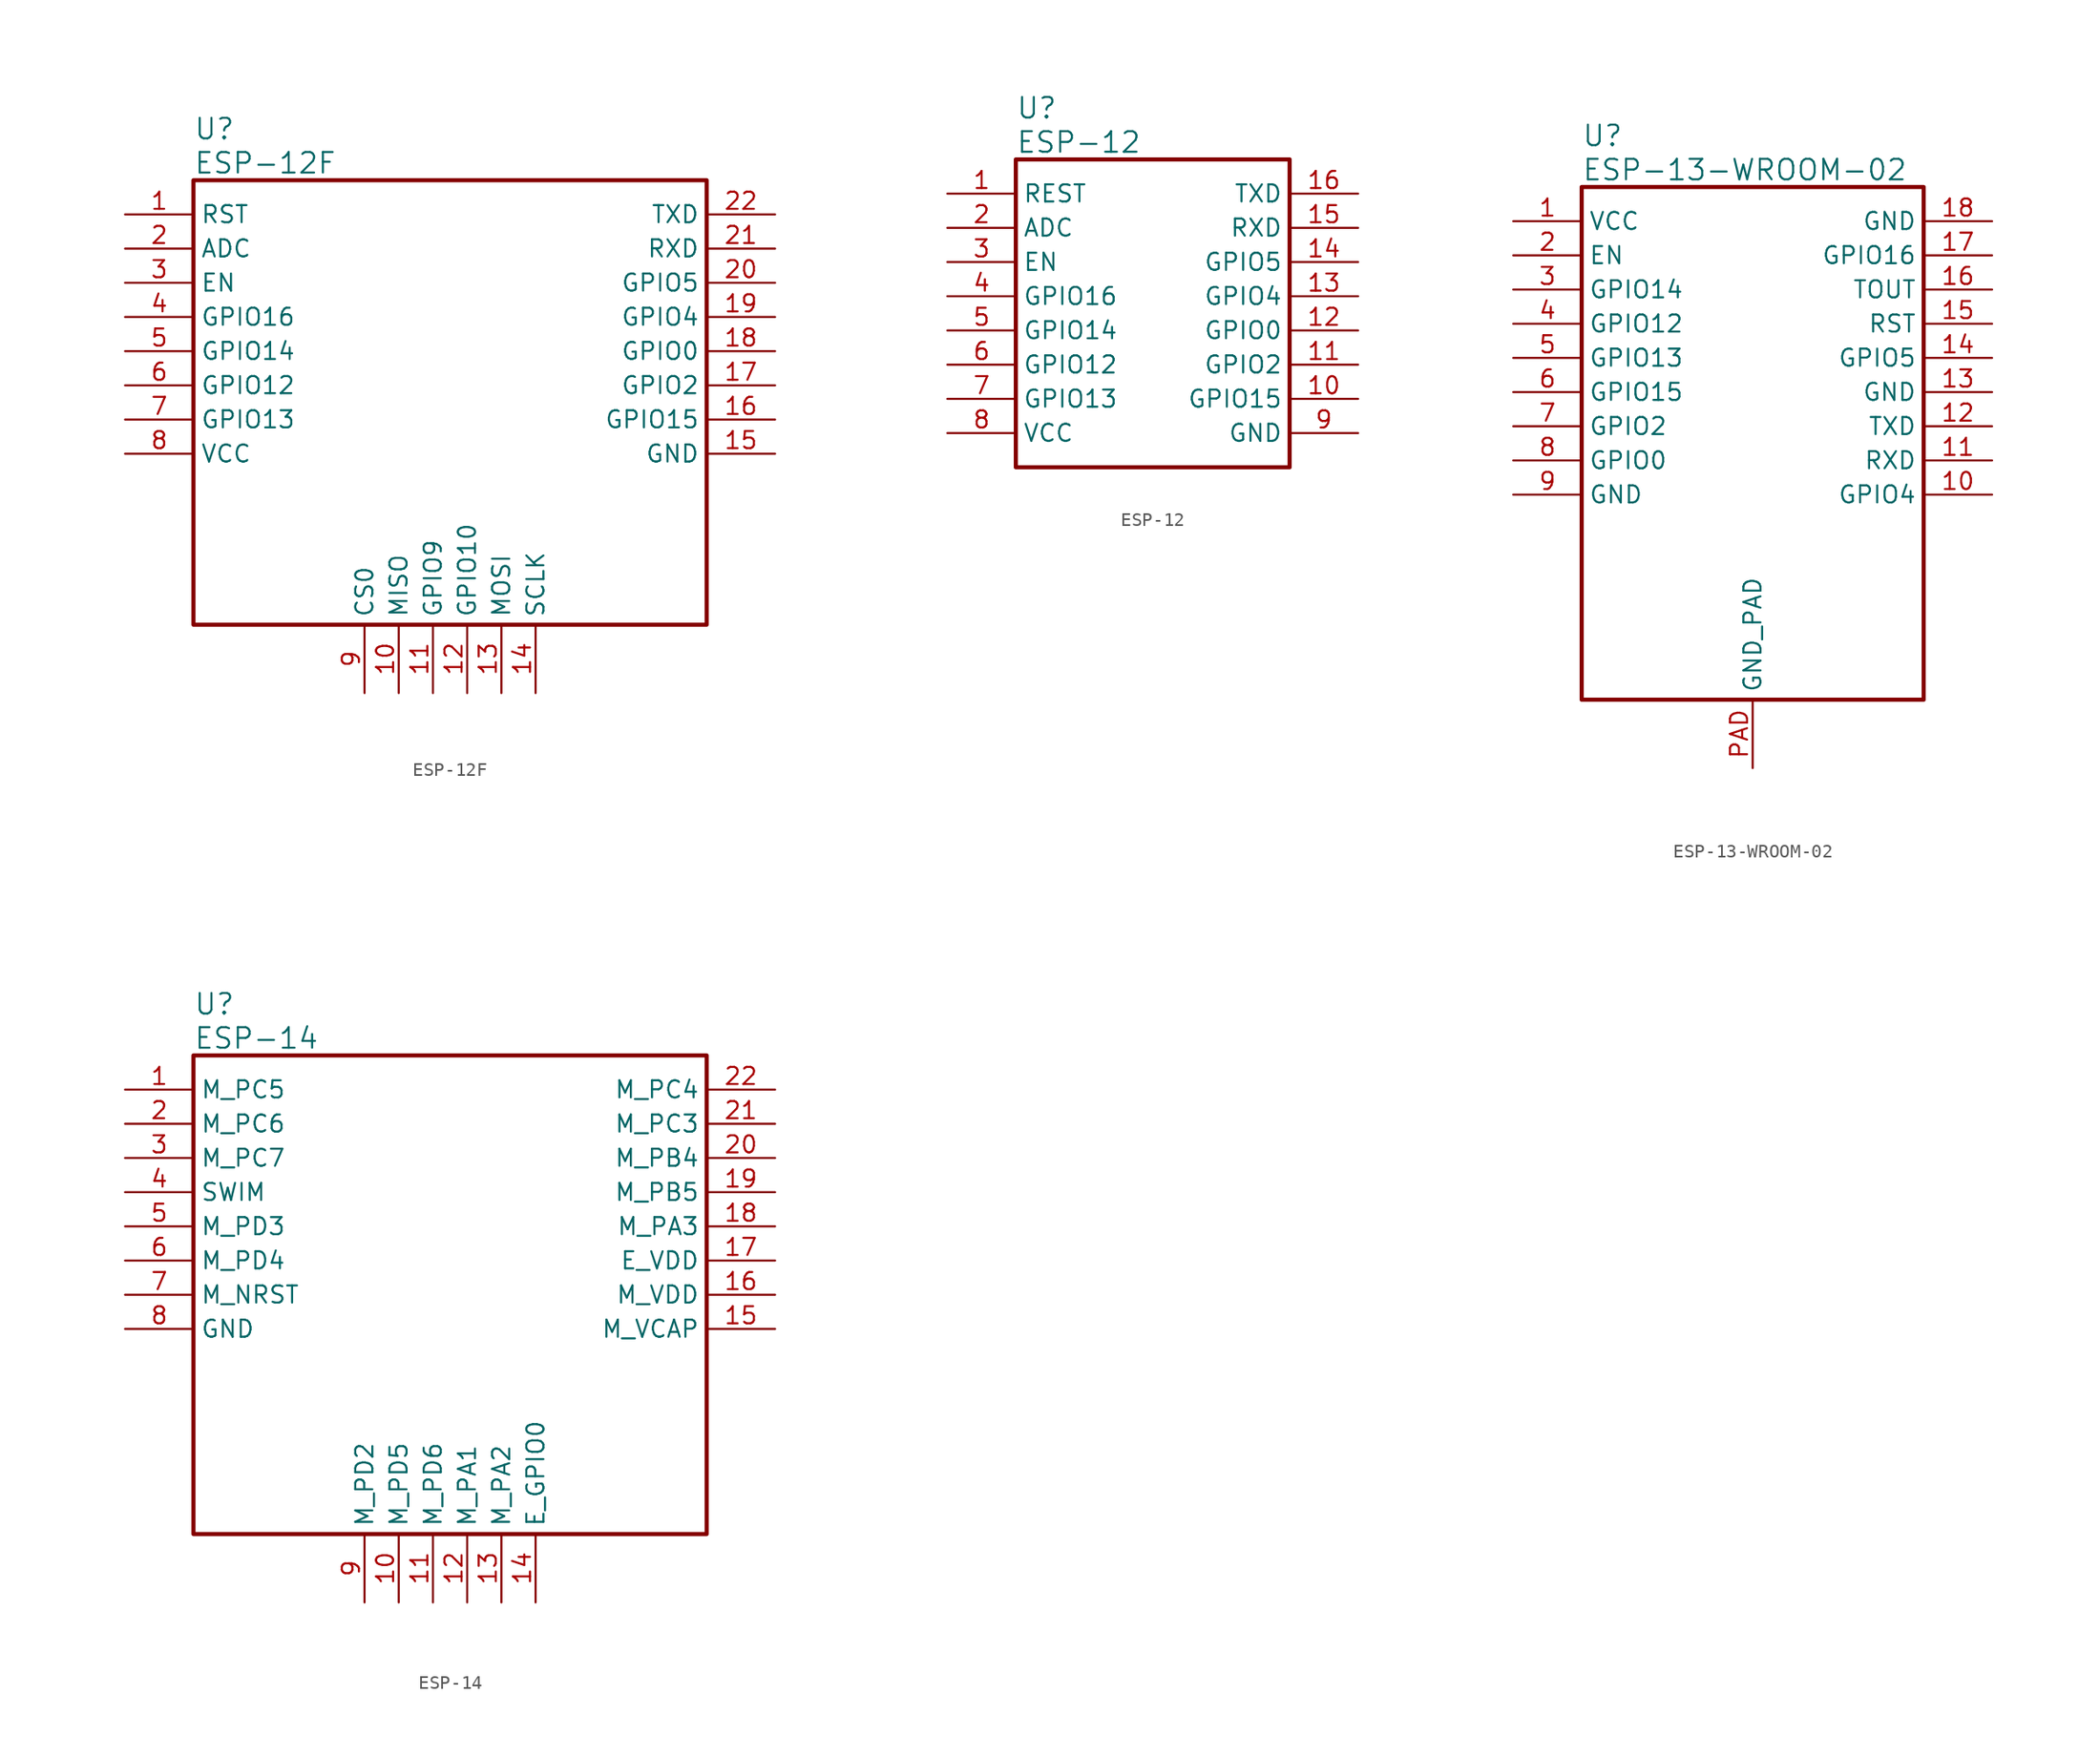
<source format=kicad_sym>
(kicad_symbol_lib
  (version 20201005)
  (generator kicad_symbol_editor)
  (symbol "Zimprich:ESP-12F"
    (property "Reference" "U"
      (at 5.08 6.35 0)
      (effects (font (size 1.524 1.524)) (justify left)))
    (property "Value" "ESP-12F"
      (at 5.08 3.81 0)
      (effects (font (size 1.524 1.524)) (justify left)))
    (property "ki_locked" ""
      (at 0 0 0)
      (effects (font (size 1.27 1.27))))
    (symbol "ESP-12F_1_1"
      (rectangle (start 5.08 2.54) (end 43.18 -30.48) (stroke (width 0.305)) (fill (type none)))
      (pin input line (at 0 0 0) (length 5.08) (name "RST" (effects (font (size 1.27 1.27)))) (number "1" (effects (font (size 1.27 1.27)))))
      (pin bidirectional line (at 20.32 -35.56 90) (length 5.08) (name "MISO" (effects (font (size 1.27 1.27)))) (number "10" (effects (font (size 1.27 1.27)))))
      (pin bidirectional line (at 22.86 -35.56 90) (length 5.08) (name "GPIO9" (effects (font (size 1.27 1.27)))) (number "11" (effects (font (size 1.27 1.27)))))
      (pin bidirectional line (at 25.4 -35.56 90) (length 5.08) (name "GPIO10" (effects (font (size 1.27 1.27)))) (number "12" (effects (font (size 1.27 1.27)))))
      (pin bidirectional line (at 27.94 -35.56 90) (length 5.08) (name "MOSI" (effects (font (size 1.27 1.27)))) (number "13" (effects (font (size 1.27 1.27)))))
      (pin bidirectional line (at 30.48 -35.56 90) (length 5.08) (name "SCLK" (effects (font (size 1.27 1.27)))) (number "14" (effects (font (size 1.27 1.27)))))
      (pin power_in line (at 48.26 -17.78 180) (length 5.08) (name "GND" (effects (font (size 1.27 1.27)))) (number "15" (effects (font (size 1.27 1.27)))))
      (pin bidirectional line (at 48.26 -15.24 180) (length 5.08) (name "GPIO15" (effects (font (size 1.27 1.27)))) (number "16" (effects (font (size 1.27 1.27)))))
      (pin bidirectional line (at 48.26 -12.7 180) (length 5.08) (name "GPIO2" (effects (font (size 1.27 1.27)))) (number "17" (effects (font (size 1.27 1.27)))))
      (pin bidirectional line (at 48.26 -10.16 180) (length 5.08) (name "GPIO0" (effects (font (size 1.27 1.27)))) (number "18" (effects (font (size 1.27 1.27)))))
      (pin bidirectional line (at 48.26 -7.62 180) (length 5.08) (name "GPIO4" (effects (font (size 1.27 1.27)))) (number "19" (effects (font (size 1.27 1.27)))))
      (pin passive line (at 0 -2.54 0) (length 5.08) (name "ADC" (effects (font (size 1.27 1.27)))) (number "2" (effects (font (size 1.27 1.27)))))
      (pin bidirectional line (at 48.26 -5.08 180) (length 5.08) (name "GPIO5" (effects (font (size 1.27 1.27)))) (number "20" (effects (font (size 1.27 1.27)))))
      (pin input line (at 48.26 -2.54 180) (length 5.08) (name "RXD" (effects (font (size 1.27 1.27)))) (number "21" (effects (font (size 1.27 1.27)))))
      (pin output line (at 48.26 0 180) (length 5.08) (name "TXD" (effects (font (size 1.27 1.27)))) (number "22" (effects (font (size 1.27 1.27)))))
      (pin input line (at 0 -5.08 0) (length 5.08) (name "EN" (effects (font (size 1.27 1.27)))) (number "3" (effects (font (size 1.27 1.27)))))
      (pin bidirectional line (at 0 -7.62 0) (length 5.08) (name "GPIO16" (effects (font (size 1.27 1.27)))) (number "4" (effects (font (size 1.27 1.27)))))
      (pin bidirectional line (at 0 -10.16 0) (length 5.08) (name "GPIO14" (effects (font (size 1.27 1.27)))) (number "5" (effects (font (size 1.27 1.27)))))
      (pin bidirectional line (at 0 -12.7 0) (length 5.08) (name "GPIO12" (effects (font (size 1.27 1.27)))) (number "6" (effects (font (size 1.27 1.27)))))
      (pin bidirectional line (at 0 -15.24 0) (length 5.08) (name "GPIO13" (effects (font (size 1.27 1.27)))) (number "7" (effects (font (size 1.27 1.27)))))
      (pin power_in line (at 0 -17.78 0) (length 5.08) (name "VCC" (effects (font (size 1.27 1.27)))) (number "8" (effects (font (size 1.27 1.27)))))
      (pin bidirectional line (at 17.78 -35.56 90) (length 5.08) (name "CS0" (effects (font (size 1.27 1.27)))) (number "9" (effects (font (size 1.27 1.27)))))))
  (symbol "Zimprich:ESP-12"
    (property "Reference" "U"
      (at 5.08 6.35 0)
      (effects (font (size 1.524 1.524)) (justify left)))
    (property "Value" "ESP-12"
      (at 5.08 3.81 0)
      (effects (font (size 1.524 1.524)) (justify left)))
    (property "ki_locked" ""
      (at 0 0 0)
      (effects (font (size 1.27 1.27))))
    (symbol "ESP-12_1_1"
      (rectangle (start 5.08 2.54) (end 25.4 -20.32) (stroke (width 0.305)) (fill (type none)))
      (pin input line (at 0 0 0) (length 5.08) (name "REST" (effects (font (size 1.27 1.27)))) (number "1" (effects (font (size 1.27 1.27)))))
      (pin bidirectional line (at 30.48 -15.24 180) (length 5.08) (name "GPIO15" (effects (font (size 1.27 1.27)))) (number "10" (effects (font (size 1.27 1.27)))))
      (pin bidirectional line (at 30.48 -12.7 180) (length 5.08) (name "GPIO2" (effects (font (size 1.27 1.27)))) (number "11" (effects (font (size 1.27 1.27)))))
      (pin bidirectional line (at 30.48 -10.16 180) (length 5.08) (name "GPIO0" (effects (font (size 1.27 1.27)))) (number "12" (effects (font (size 1.27 1.27)))))
      (pin bidirectional line (at 30.48 -7.62 180) (length 5.08) (name "GPIO4" (effects (font (size 1.27 1.27)))) (number "13" (effects (font (size 1.27 1.27)))))
      (pin bidirectional line (at 30.48 -5.08 180) (length 5.08) (name "GPIO5" (effects (font (size 1.27 1.27)))) (number "14" (effects (font (size 1.27 1.27)))))
      (pin input line (at 30.48 -2.54 180) (length 5.08) (name "RXD" (effects (font (size 1.27 1.27)))) (number "15" (effects (font (size 1.27 1.27)))))
      (pin output line (at 30.48 0 180) (length 5.08) (name "TXD" (effects (font (size 1.27 1.27)))) (number "16" (effects (font (size 1.27 1.27)))))
      (pin passive line (at 0 -2.54 0) (length 5.08) (name "ADC" (effects (font (size 1.27 1.27)))) (number "2" (effects (font (size 1.27 1.27)))))
      (pin input line (at 0 -5.08 0) (length 5.08) (name "EN" (effects (font (size 1.27 1.27)))) (number "3" (effects (font (size 1.27 1.27)))))
      (pin bidirectional line (at 0 -7.62 0) (length 5.08) (name "GPIO16" (effects (font (size 1.27 1.27)))) (number "4" (effects (font (size 1.27 1.27)))))
      (pin bidirectional line (at 0 -10.16 0) (length 5.08) (name "GPIO14" (effects (font (size 1.27 1.27)))) (number "5" (effects (font (size 1.27 1.27)))))
      (pin bidirectional line (at 0 -12.7 0) (length 5.08) (name "GPIO12" (effects (font (size 1.27 1.27)))) (number "6" (effects (font (size 1.27 1.27)))))
      (pin bidirectional line (at 0 -15.24 0) (length 5.08) (name "GPIO13" (effects (font (size 1.27 1.27)))) (number "7" (effects (font (size 1.27 1.27)))))
      (pin power_in line (at 0 -17.78 0) (length 5.08) (name "VCC" (effects (font (size 1.27 1.27)))) (number "8" (effects (font (size 1.27 1.27)))))
      (pin power_in line (at 30.48 -17.78 180) (length 5.08) (name "GND" (effects (font (size 1.27 1.27)))) (number "9" (effects (font (size 1.27 1.27)))))))
  (symbol "Zimprich:ESP-13-WROOM-02"
    (property "Reference" "U"
      (at 5.08 6.35 0)
      (effects (font (size 1.524 1.524)) (justify left)))
    (property "Value" "ESP-13-WROOM-02"
      (at 5.08 3.81 0)
      (effects (font (size 1.524 1.524)) (justify left)))
    (property "ki_locked" ""
      (at 0 0 0)
      (effects (font (size 1.27 1.27))))
    (symbol "ESP-13-WROOM-02_1_1"
      (rectangle (start 5.08 2.54) (end 30.48 -35.56) (stroke (width 0.305)) (fill (type none)))
      (pin input line (at 0 0 0) (length 5.08) (name "VCC" (effects (font (size 1.27 1.27)))) (number "1" (effects (font (size 1.27 1.27)))))
      (pin bidirectional line (at 35.56 -20.32 180) (length 5.08) (name "GPIO4" (effects (font (size 1.27 1.27)))) (number "10" (effects (font (size 1.27 1.27)))))
      (pin bidirectional line (at 35.56 -17.78 180) (length 5.08) (name "RXD" (effects (font (size 1.27 1.27)))) (number "11" (effects (font (size 1.27 1.27)))))
      (pin bidirectional line (at 35.56 -15.24 180) (length 5.08) (name "TXD" (effects (font (size 1.27 1.27)))) (number "12" (effects (font (size 1.27 1.27)))))
      (pin power_in line (at 35.56 -12.7 180) (length 5.08) (name "GND" (effects (font (size 1.27 1.27)))) (number "13" (effects (font (size 1.27 1.27)))))
      (pin bidirectional line (at 35.56 -10.16 180) (length 5.08) (name "GPIO5" (effects (font (size 1.27 1.27)))) (number "14" (effects (font (size 1.27 1.27)))))
      (pin input line (at 35.56 -7.62 180) (length 5.08) (name "RST" (effects (font (size 1.27 1.27)))) (number "15" (effects (font (size 1.27 1.27)))))
      (pin output line (at 35.56 -5.08 180) (length 5.08) (name "TOUT" (effects (font (size 1.27 1.27)))) (number "16" (effects (font (size 1.27 1.27)))))
      (pin bidirectional line (at 35.56 -2.54 180) (length 5.08) (name "GPIO16" (effects (font (size 1.27 1.27)))) (number "17" (effects (font (size 1.27 1.27)))))
      (pin power_in line (at 35.56 0 180) (length 5.08) (name "GND" (effects (font (size 1.27 1.27)))) (number "18" (effects (font (size 1.27 1.27)))))
      (pin passive line (at 0 -2.54 0) (length 5.08) (name "EN" (effects (font (size 1.27 1.27)))) (number "2" (effects (font (size 1.27 1.27)))))
      (pin input line (at 0 -5.08 0) (length 5.08) (name "GPIO14" (effects (font (size 1.27 1.27)))) (number "3" (effects (font (size 1.27 1.27)))))
      (pin bidirectional line (at 0 -7.62 0) (length 5.08) (name "GPIO12" (effects (font (size 1.27 1.27)))) (number "4" (effects (font (size 1.27 1.27)))))
      (pin bidirectional line (at 0 -10.16 0) (length 5.08) (name "GPIO13" (effects (font (size 1.27 1.27)))) (number "5" (effects (font (size 1.27 1.27)))))
      (pin bidirectional line (at 0 -12.7 0) (length 5.08) (name "GPIO15" (effects (font (size 1.27 1.27)))) (number "6" (effects (font (size 1.27 1.27)))))
      (pin bidirectional line (at 0 -15.24 0) (length 5.08) (name "GPIO2" (effects (font (size 1.27 1.27)))) (number "7" (effects (font (size 1.27 1.27)))))
      (pin bidirectional line (at 0 -17.78 0) (length 5.08) (name "GPIO0" (effects (font (size 1.27 1.27)))) (number "8" (effects (font (size 1.27 1.27)))))
      (pin power_in line (at 0 -20.32 0) (length 5.08) (name "GND" (effects (font (size 1.27 1.27)))) (number "9" (effects (font (size 1.27 1.27)))))
      (pin power_in line (at 17.78 -40.64 90) (length 5.08) (name "GND_PAD" (effects (font (size 1.27 1.27)))) (number "PAD" (effects (font (size 1.27 1.27)))))))
  (symbol "Zimprich:ESP-14"
    (property "Reference" "U"
      (at 5.08 6.35 0)
      (effects (font (size 1.524 1.524)) (justify left)))
    (property "Value" "ESP-14"
      (at 5.08 3.81 0)
      (effects (font (size 1.524 1.524)) (justify left)))
    (property "ki_locked" ""
      (at 0 0 0)
      (effects (font (size 1.27 1.27))))
    (symbol "ESP-14_1_1"
      (rectangle (start 5.08 2.54) (end 43.18 -33.02) (stroke (width 0.305)) (fill (type none)))
      (pin bidirectional line (at 0 0 0) (length 5.08) (name "M_PC5" (effects (font (size 1.27 1.27)))) (number "1" (effects (font (size 1.27 1.27)))))
      (pin bidirectional line (at 20.32 -38.1 90) (length 5.08) (name "M_PD5" (effects (font (size 1.27 1.27)))) (number "10" (effects (font (size 1.27 1.27)))))
      (pin bidirectional line (at 22.86 -38.1 90) (length 5.08) (name "M_PD6" (effects (font (size 1.27 1.27)))) (number "11" (effects (font (size 1.27 1.27)))))
      (pin bidirectional line (at 25.4 -38.1 90) (length 5.08) (name "M_PA1" (effects (font (size 1.27 1.27)))) (number "12" (effects (font (size 1.27 1.27)))))
      (pin bidirectional line (at 27.94 -38.1 90) (length 5.08) (name "M_PA2" (effects (font (size 1.27 1.27)))) (number "13" (effects (font (size 1.27 1.27)))))
      (pin bidirectional line (at 30.48 -38.1 90) (length 5.08) (name "E_GPIO0" (effects (font (size 1.27 1.27)))) (number "14" (effects (font (size 1.27 1.27)))))
      (pin power_in line (at 48.26 -17.78 180) (length 5.08) (name "M_VCAP" (effects (font (size 1.27 1.27)))) (number "15" (effects (font (size 1.27 1.27)))))
      (pin power_in line (at 48.26 -15.24 180) (length 5.08) (name "M_VDD" (effects (font (size 1.27 1.27)))) (number "16" (effects (font (size 1.27 1.27)))))
      (pin power_in line (at 48.26 -12.7 180) (length 5.08) (name "E_VDD" (effects (font (size 1.27 1.27)))) (number "17" (effects (font (size 1.27 1.27)))))
      (pin bidirectional line (at 48.26 -10.16 180) (length 5.08) (name "M_PA3" (effects (font (size 1.27 1.27)))) (number "18" (effects (font (size 1.27 1.27)))))
      (pin bidirectional line (at 48.26 -7.62 180) (length 5.08) (name "M_PB5" (effects (font (size 1.27 1.27)))) (number "19" (effects (font (size 1.27 1.27)))))
      (pin bidirectional line (at 0 -2.54 0) (length 5.08) (name "M_PC6" (effects (font (size 1.27 1.27)))) (number "2" (effects (font (size 1.27 1.27)))))
      (pin bidirectional line (at 48.26 -5.08 180) (length 5.08) (name "M_PB4" (effects (font (size 1.27 1.27)))) (number "20" (effects (font (size 1.27 1.27)))))
      (pin bidirectional line (at 48.26 -2.54 180) (length 5.08) (name "M_PC3" (effects (font (size 1.27 1.27)))) (number "21" (effects (font (size 1.27 1.27)))))
      (pin bidirectional line (at 48.26 0 180) (length 5.08) (name "M_PC4" (effects (font (size 1.27 1.27)))) (number "22" (effects (font (size 1.27 1.27)))))
      (pin bidirectional line (at 0 -5.08 0) (length 5.08) (name "M_PC7" (effects (font (size 1.27 1.27)))) (number "3" (effects (font (size 1.27 1.27)))))
      (pin bidirectional line (at 0 -7.62 0) (length 5.08) (name "SWIM" (effects (font (size 1.27 1.27)))) (number "4" (effects (font (size 1.27 1.27)))))
      (pin bidirectional line (at 0 -10.16 0) (length 5.08) (name "M_PD3" (effects (font (size 1.27 1.27)))) (number "5" (effects (font (size 1.27 1.27)))))
      (pin bidirectional line (at 0 -12.7 0) (length 5.08) (name "M_PD4" (effects (font (size 1.27 1.27)))) (number "6" (effects (font (size 1.27 1.27)))))
      (pin input line (at 0 -15.24 0) (length 5.08) (name "M_NRST" (effects (font (size 1.27 1.27)))) (number "7" (effects (font (size 1.27 1.27)))))
      (pin power_in line (at 0 -17.78 0) (length 5.08) (name "GND" (effects (font (size 1.27 1.27)))) (number "8" (effects (font (size 1.27 1.27)))))
      (pin bidirectional line (at 17.78 -38.1 90) (length 5.08) (name "M_PD2" (effects (font (size 1.27 1.27)))) (number "9" (effects (font (size 1.27 1.27))))))))
</source>
